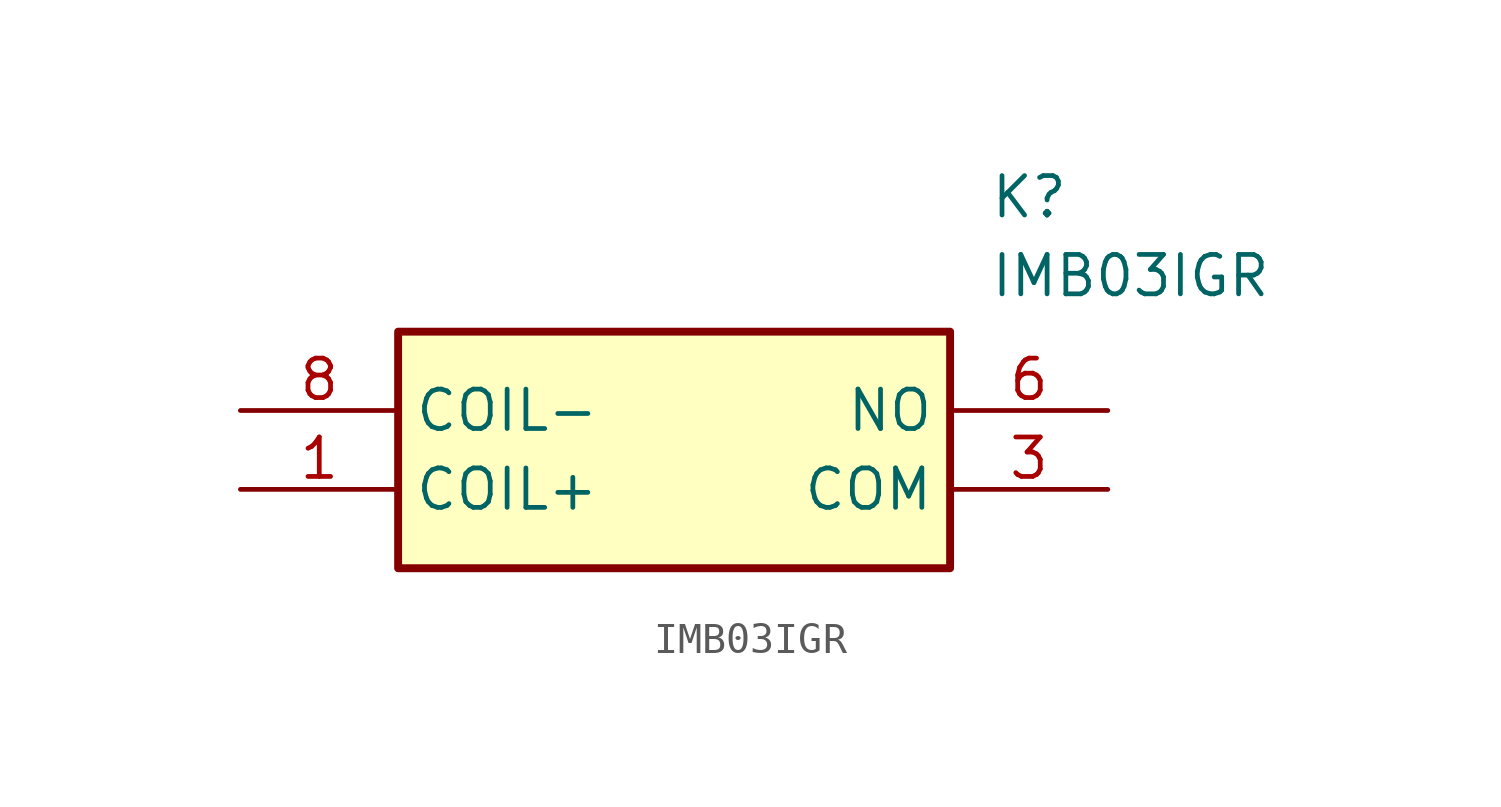
<source format=kicad_sym>
(kicad_symbol_lib
  (version 20211014)
  (generator SamacSys_ECAD_Model)
  (symbol "IMB03IGR"
    (property "Reference" "K"
      (at 24.13 7.62 0)
      (effects (font (size 1.27 1.27)) (justify left top)))
    (property "Value" "IMB03IGR"
      (at 24.13 5.08 0)
      (effects (font (size 1.27 1.27)) (justify left top)))
    (rectangle
      (start 5.08 2.54)
      (end 22.86 -5.08)
      (stroke (width 0.254) (type default))
      (fill (type background)))
    (pin passive line
      (at 0 -2.54 0)
      (length 5.08)
      (name "COIL+" (effects (font (size 1.27 1.27))))
      (number "1" (effects (font (size 1.27 1.27)))))
    (pin passive line
      (at 27.94 -2.54 180)
      (length 5.08)
      (name "COM" (effects (font (size 1.27 1.27))))
      (number "3" (effects (font (size 1.27 1.27)))))
    (pin passive line
      (at 27.94 0 180)
      (length 5.08)
      (name "NO" (effects (font (size 1.27 1.27))))
      (number "6" (effects (font (size 1.27 1.27)))))
    (pin passive line
      (at 0 0 0)
      (length 5.08)
      (name "COIL-" (effects (font (size 1.27 1.27))))
      (number "8" (effects (font (size 1.27 1.27)))))))
</source>
